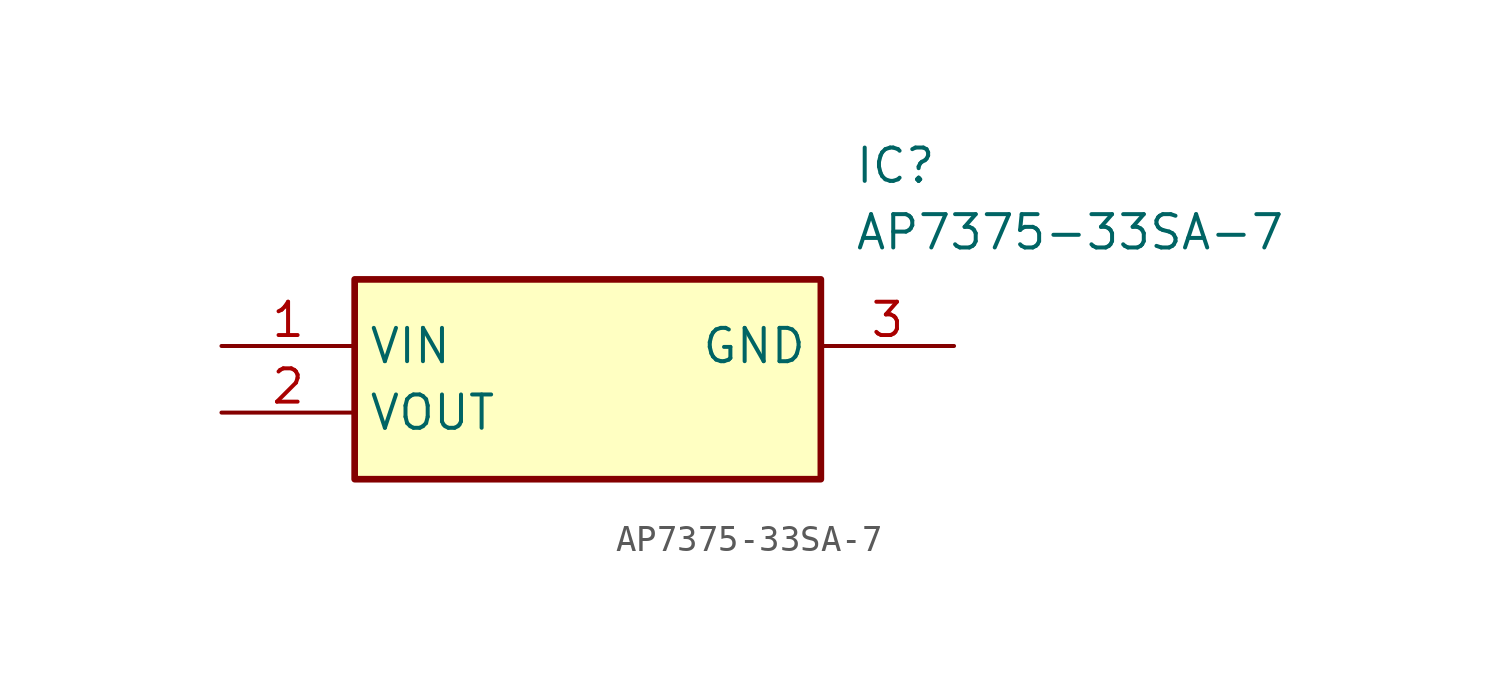
<source format=kicad_sym>
(kicad_symbol_lib
  (version 20211014)
  (generator SamacSys_ECAD_Model)
  (symbol "AP7375-33SA-7"
    (property "Reference" "IC"
      (at 24.13 7.62 0)
      (effects (font (size 1.27 1.27)) (justify left top)))
    (property "Value" "AP7375-33SA-7"
      (at 24.13 5.08 0)
      (effects (font (size 1.27 1.27)) (justify left top)))
    (rectangle
      (start 5.08 2.54)
      (end 22.86 -5.08)
      (stroke (width 0.254) (type default))
      (fill (type background)))
    (pin passive line
      (at 0 0 0)
      (length 5.08)
      (name "VIN" (effects (font (size 1.27 1.27))))
      (number "1" (effects (font (size 1.27 1.27)))))
    (pin passive line
      (at 0 -2.54 0)
      (length 5.08)
      (name "VOUT" (effects (font (size 1.27 1.27))))
      (number "2" (effects (font (size 1.27 1.27)))))
    (pin passive line
      (at 27.94 0 180)
      (length 5.08)
      (name "GND" (effects (font (size 1.27 1.27))))
      (number "3" (effects (font (size 1.27 1.27)))))))
</source>
